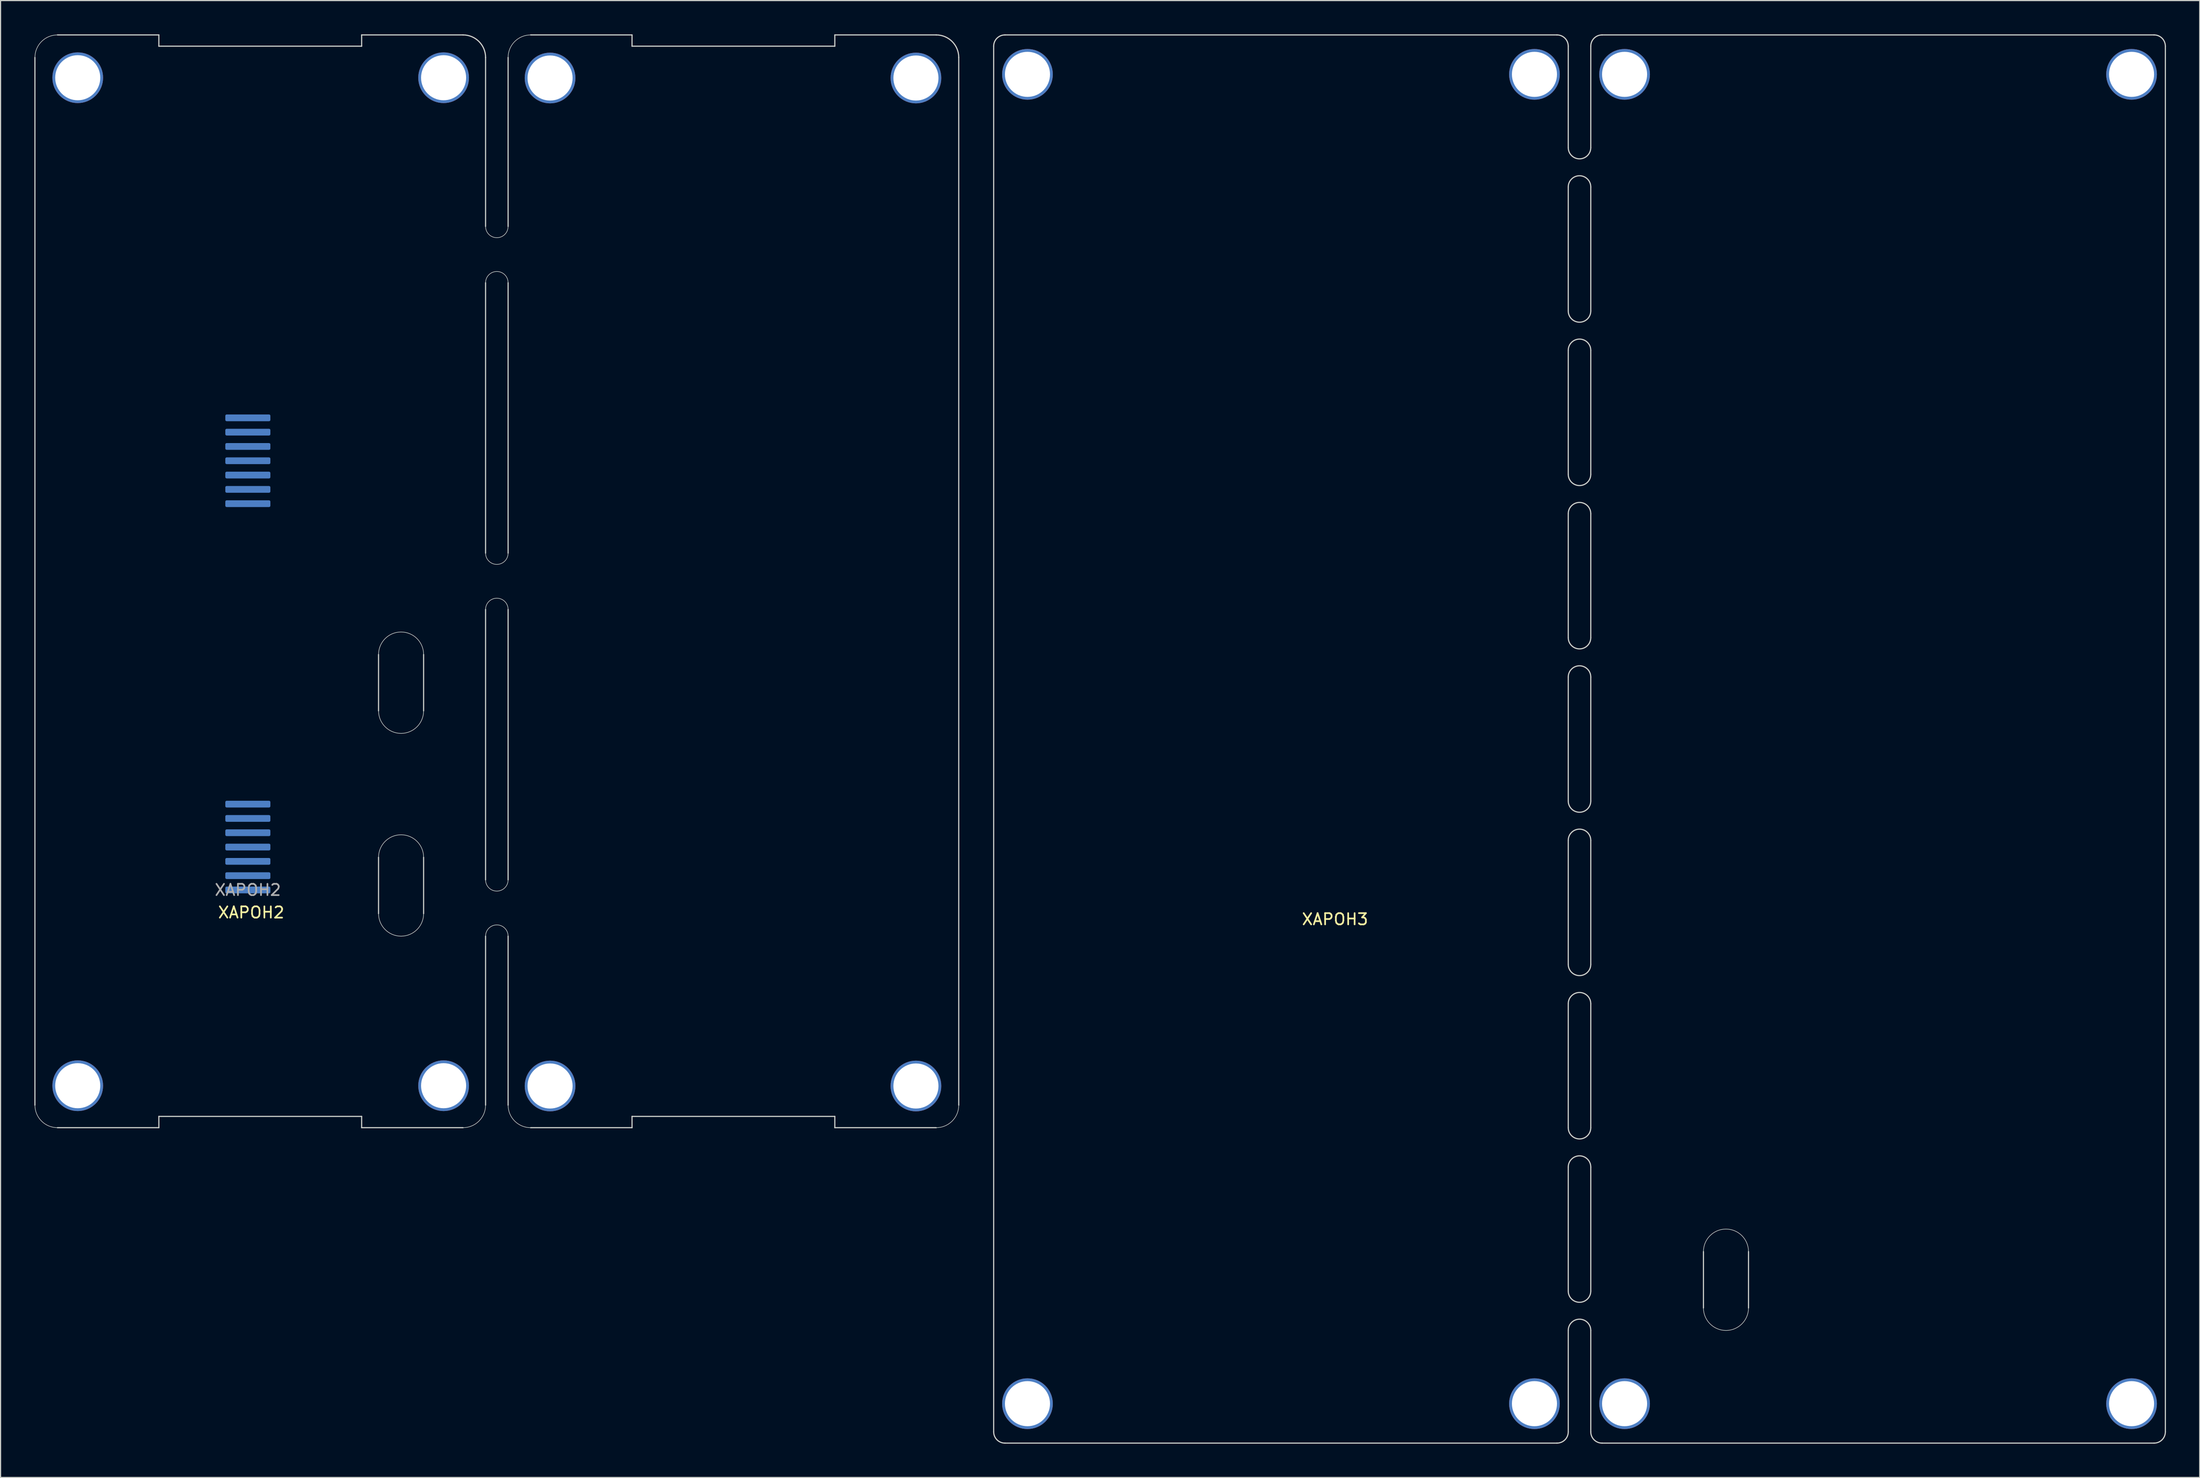
<source format=kicad_pcb>
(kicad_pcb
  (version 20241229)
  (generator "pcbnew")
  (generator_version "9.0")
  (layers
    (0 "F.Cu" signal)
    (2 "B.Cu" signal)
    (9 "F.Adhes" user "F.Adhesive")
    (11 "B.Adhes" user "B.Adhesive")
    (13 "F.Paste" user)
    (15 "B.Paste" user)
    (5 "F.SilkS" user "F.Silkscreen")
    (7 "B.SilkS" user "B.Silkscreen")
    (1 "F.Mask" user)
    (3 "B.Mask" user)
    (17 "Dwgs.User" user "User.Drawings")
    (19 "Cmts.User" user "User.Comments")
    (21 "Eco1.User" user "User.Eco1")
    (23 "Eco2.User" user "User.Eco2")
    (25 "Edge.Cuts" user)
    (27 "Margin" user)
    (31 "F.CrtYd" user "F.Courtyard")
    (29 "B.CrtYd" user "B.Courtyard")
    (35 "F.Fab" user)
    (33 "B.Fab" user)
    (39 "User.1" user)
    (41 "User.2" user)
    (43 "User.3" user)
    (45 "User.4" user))
  (footprint "XAPOH3"
    (layer "F.Cu")
    (at 137.15 62.55)
    (property "Reference" "XAPOH3" (at -21.7 16 0) (layer "F.SilkS") (effects (font (size 1 1) (thickness 0.15))))
    (attr smd)
    (fp_line (start -52 61.5) (end -52 -61.5) (stroke (width 0.1) (type solid)) (layer "Edge.Cuts"))
    (fp_line (start -2 -62.5) (end -51 -62.5) (stroke (width 0.1) (type solid)) (layer "Edge.Cuts"))
    (fp_line (start -2 62.5) (end -51 62.5) (stroke (width 0.1) (type solid)) (layer "Edge.Cuts"))
    (fp_line (start -1 -52.5) (end -1 -61.5) (stroke (width 0.1) (type solid)) (layer "Edge.Cuts"))
    (fp_line (start -1 -38) (end -1 -49) (stroke (width 0.1) (type solid)) (layer "Edge.Cuts"))
    (fp_line (start -1 -23.5) (end -1 -34.5) (stroke (width 0.1) (type solid)) (layer "Edge.Cuts"))
    (fp_line (start -1 -9) (end -1 -20) (stroke (width 0.1) (type solid)) (layer "Edge.Cuts"))
    (fp_line (start -1 5.5) (end -1 -5.5) (stroke (width 0.1) (type solid)) (layer "Edge.Cuts"))
    (fp_line (start -1 20) (end -1 9) (stroke (width 0.1) (type solid)) (layer "Edge.Cuts"))
    (fp_line (start -1 34.5) (end -1 23.5) (stroke (width 0.1) (type solid)) (layer "Edge.Cuts"))
    (fp_line (start -1 49) (end -1 38) (stroke (width 0.1) (type solid)) (layer "Edge.Cuts"))
    (fp_line (start -1 61.5) (end -1 52.5) (stroke (width 0.1) (type solid)) (layer "Edge.Cuts"))
    (fp_line (start 1 -52.5) (end 1 -61.5) (stroke (width 0.1) (type solid)) (layer "Edge.Cuts"))
    (fp_line (start 1 -38) (end 1 -49) (stroke (width 0.1) (type solid)) (layer "Edge.Cuts"))
    (fp_line (start 1 -23.5) (end 1 -34.5) (stroke (width 0.1) (type solid)) (layer "Edge.Cuts"))
    (fp_line (start 1 -9) (end 1 -20) (stroke (width 0.1) (type solid)) (layer "Edge.Cuts"))
    (fp_line (start 1 5.5) (end 1 -5.5) (stroke (width 0.1) (type solid)) (layer "Edge.Cuts"))
    (fp_line (start 1 20) (end 1 9) (stroke (width 0.1) (type solid)) (layer "Edge.Cuts"))
    (fp_line (start 1 34.5) (end 1 23.5) (stroke (width 0.1) (type solid)) (layer "Edge.Cuts"))
    (fp_line (start 1 49) (end 1 38) (stroke (width 0.1) (type solid)) (layer "Edge.Cuts"))
    (fp_line (start 1 61.5) (end 1 52.5) (stroke (width 0.1) (type solid)) (layer "Edge.Cuts"))
    (fp_line (start 11 45.5) (end 11 50.5) (stroke (width 0.1) (type solid)) (layer "Edge.Cuts"))
    (fp_line (start 15 50.5) (end 15 45.5) (stroke (width 0.1) (type solid)) (layer "Edge.Cuts"))
    (fp_line (start 51 -62.5) (end 2 -62.5) (stroke (width 0.1) (type solid)) (layer "Edge.Cuts"))
    (fp_line (start 51 62.5) (end 2 62.5) (stroke (width 0.1) (type solid)) (layer "Edge.Cuts"))
    (fp_line (start 52 61.5) (end 52 -61.5) (stroke (width 0.1) (type solid)) (layer "Edge.Cuts"))
    (fp_arc (start -52 -61.5) (mid -51.707107 -62.207107) (end -51 -62.5) (stroke (width 0.1) (type solid)) (layer "Edge.Cuts"))
    (fp_arc (start -51.000001 62.499999) (mid -51.707107 62.207106) (end -52 61.5) (stroke (width 0.1) (type solid)) (layer "Edge.Cuts"))
    (fp_arc (start -2 -62.5) (mid -1.292893 -62.207107) (end -1 -61.5) (stroke (width 0.1) (type solid)) (layer "Edge.Cuts"))
    (fp_arc (start -1 -49) (mid 0 -50) (end 1 -49) (stroke (width 0.1) (type solid)) (layer "Edge.Cuts"))
    (fp_arc (start -1 -34.5) (mid 0 -35.5) (end 1 -34.5) (stroke (width 0.1) (type solid)) (layer "Edge.Cuts"))
    (fp_arc (start -1 -20) (mid 0 -21) (end 1 -20) (stroke (width 0.1) (type solid)) (layer "Edge.Cuts"))
    (fp_arc (start -1 -5.5) (mid 0 -6.5) (end 1 -5.5) (stroke (width 0.1) (type solid)) (layer "Edge.Cuts"))
    (fp_arc (start -1 9) (mid 0 8) (end 1 9) (stroke (width 0.1) (type solid)) (layer "Edge.Cuts"))
    (fp_arc (start -1 23.5) (mid 0 22.5) (end 1 23.5) (stroke (width 0.1) (type solid)) (layer "Edge.Cuts"))
    (fp_arc (start -1 38) (mid 0 37) (end 1 38) (stroke (width 0.1) (type solid)) (layer "Edge.Cuts"))
    (fp_arc (start -1 52.5) (mid 0 51.5) (end 1 52.5) (stroke (width 0.1) (type solid)) (layer "Edge.Cuts"))
    (fp_arc (start -1 61.5) (mid -1.292893 62.207106) (end -2 62.499999) (stroke (width 0.1) (type solid)) (layer "Edge.Cuts"))
    (fp_arc (start 1 -61.5) (mid 1.292893 -62.207107) (end 2 -62.5) (stroke (width 0.1) (type solid)) (layer "Edge.Cuts"))
    (fp_arc (start 1 -52.5) (mid 0 -51.5) (end -1 -52.5) (stroke (width 0.1) (type solid)) (layer "Edge.Cuts"))
    (fp_arc (start 1 -38) (mid 0 -37) (end -1 -38) (stroke (width 0.1) (type solid)) (layer "Edge.Cuts"))
    (fp_arc (start 1 -23.5) (mid 0 -22.5) (end -1 -23.5) (stroke (width 0.1) (type solid)) (layer "Edge.Cuts"))
    (fp_arc (start 1 -9) (mid 0 -8) (end -1 -9) (stroke (width 0.1) (type solid)) (layer "Edge.Cuts"))
    (fp_arc (start 1 5.5) (mid 0 6.5) (end -1 5.5) (stroke (width 0.1) (type solid)) (layer "Edge.Cuts"))
    (fp_arc (start 1 20) (mid 0 21) (end -1 20) (stroke (width 0.1) (type solid)) (layer "Edge.Cuts"))
    (fp_arc (start 1 34.5) (mid 0 35.5) (end -1 34.5) (stroke (width 0.1) (type solid)) (layer "Edge.Cuts"))
    (fp_arc (start 1 49) (mid 0 50) (end -1 49) (stroke (width 0.1) (type solid)) (layer "Edge.Cuts"))
    (fp_arc (start 2 62.5) (mid 1.292893 62.207107) (end 1 61.5) (stroke (width 0.1) (type solid)) (layer "Edge.Cuts"))
    (fp_arc (start 11 45.5) (mid 13 43.5) (end 15 45.5) (stroke (width 0.05) (type default)) (layer "Edge.Cuts"))
    (fp_arc (start 15 50.5) (mid 13 52.5) (end 11 50.5) (stroke (width 0.05) (type default)) (layer "Edge.Cuts"))
    (fp_arc (start 51 -62.5) (mid 51.707107 -62.207107) (end 52 -61.5) (stroke (width 0.1) (type solid)) (layer "Edge.Cuts"))
    (fp_arc (start 52 61.5) (mid 51.707107 62.207107) (end 51 62.5) (stroke (width 0.1) (type solid)) (layer "Edge.Cuts"))
    (pad "GND" thru_hole circle (at -49 -59) (size 4.5 4.5) (drill 4) (layers "*.Cu" "*.Mask"))
    (pad "GND" thru_hole circle (at -49 59) (size 4.5 4.5) (drill 4) (layers "*.Cu" "*.Mask"))
    (pad "GND" thru_hole circle (at -4 -59) (size 4.5 4.5) (drill 4) (layers "*.Cu" "*.Mask"))
    (pad "GND" thru_hole circle (at -4 59) (size 4.5 4.5) (drill 4) (layers "*.Cu" "*.Mask"))
    (pad "GND" thru_hole circle (at 4 -59) (size 4.5 4.5) (drill 4) (layers "*.Cu" "*.Mask"))
    (pad "GND" thru_hole circle (at 4 59) (size 4.5 4.5) (drill 4) (layers "*.Cu" "*.Mask"))
    (pad "GND" thru_hole circle (at 49 -59) (size 4.5 4.5) (drill 4) (layers "*.Cu" "*.Mask"))
    (pad "GND" thru_hole circle (at 49 59) (size 4.5 4.5) (drill 4) (layers "*.Cu" "*.Mask")))
  (footprint "XAPOH2"
    (layer "F.Cu")
    (at 18.95 75.95)
    (property "Reference" "XAPOH2" (at 0.3 2 0) (layer "F.SilkS") (effects (font (size 1 1) (thickness 0.15))))
    (attr smd)
    (fp_line (start -18.9 -73.9) (end -18.9 19.1) (stroke (width 0.1) (type solid)) (layer "Edge.Cuts"))
    (fp_line (start -16.9 21.1) (end -7.9 21.1) (stroke (width 0.1) (type solid)) (layer "Edge.Cuts"))
    (fp_line (start -7.9 -75.9) (end -16.9 -75.9) (stroke (width 0.1) (type solid)) (layer "Edge.Cuts"))
    (fp_line (start -7.9 -74.9) (end -7.9 -75.9) (stroke (width 0.1) (type solid)) (layer "Edge.Cuts"))
    (fp_line (start -7.9 20.1) (end 10.1 20.1) (stroke (width 0.1) (type solid)) (layer "Edge.Cuts"))
    (fp_line (start -7.9 21.1) (end -7.9 20.1) (stroke (width 0.1) (type solid)) (layer "Edge.Cuts"))
    (fp_line (start 10.1 -75.9) (end 10.1 -74.9) (stroke (width 0.1) (type solid)) (layer "Edge.Cuts"))
    (fp_line (start 10.1 -74.9) (end -7.9 -74.9) (stroke (width 0.1) (type solid)) (layer "Edge.Cuts"))
    (fp_line (start 10.1 20.1) (end 10.1 21.1) (stroke (width 0.1) (type solid)) (layer "Edge.Cuts"))
    (fp_line (start 10.1 21.1) (end 19.1 21.1) (stroke (width 0.1) (type solid)) (layer "Edge.Cuts"))
    (fp_line (start 11.6 -15.9) (end 11.6 -20.9) (stroke (width 0.1) (type solid)) (layer "Edge.Cuts"))
    (fp_line (start 11.6 2.1) (end 11.6 -2.9) (stroke (width 0.1) (type solid)) (layer "Edge.Cuts"))
    (fp_line (start 15.6 -20.9) (end 15.6 -15.9) (stroke (width 0.1) (type solid)) (layer "Edge.Cuts"))
    (fp_line (start 15.6 -2.9) (end 15.6 2.1) (stroke (width 0.1) (type solid)) (layer "Edge.Cuts"))
    (fp_line (start 19.1 -75.9) (end 10.1 -75.9) (stroke (width 0.1) (type solid)) (layer "Edge.Cuts"))
    (fp_line (start 21.1 -58.9) (end 21.1 -73.9) (stroke (width 0.1) (type solid)) (layer "Edge.Cuts"))
    (fp_line (start 21.1 -29.9) (end 21.1 -53.9) (stroke (width 0.1) (type solid)) (layer "Edge.Cuts"))
    (fp_line (start 21.1 -0.9) (end 21.1 -24.9) (stroke (width 0.1) (type solid)) (layer "Edge.Cuts"))
    (fp_line (start 21.1 19.1) (end 21.1 4.1) (stroke (width 0.1) (type solid)) (layer "Edge.Cuts"))
    (fp_line (start 23.1 -58.9) (end 23.1 -73.9) (stroke (width 0.1) (type solid)) (layer "Edge.Cuts"))
    (fp_line (start 23.1 -29.9) (end 23.1 -53.9) (stroke (width 0.1) (type solid)) (layer "Edge.Cuts"))
    (fp_line (start 23.1 -0.9) (end 23.1 -24.9) (stroke (width 0.1) (type solid)) (layer "Edge.Cuts"))
    (fp_line (start 23.1 19.1) (end 23.1 4.1) (stroke (width 0.1) (type solid)) (layer "Edge.Cuts"))
    (fp_line (start 25.1 21.1) (end 34.1 21.1) (stroke (width 0.1) (type solid)) (layer "Edge.Cuts"))
    (fp_line (start 34.1 -75.9) (end 25.1 -75.9) (stroke (width 0.1) (type solid)) (layer "Edge.Cuts"))
    (fp_line (start 34.1 -74.9) (end 34.1 -75.9) (stroke (width 0.1) (type solid)) (layer "Edge.Cuts"))
    (fp_line (start 34.1 20.1) (end 52.1 20.1) (stroke (width 0.1) (type solid)) (layer "Edge.Cuts"))
    (fp_line (start 34.1 21.1) (end 34.1 20.1) (stroke (width 0.1) (type solid)) (layer "Edge.Cuts"))
    (fp_line (start 52.1 -75.9) (end 52.1 -74.9) (stroke (width 0.1) (type solid)) (layer "Edge.Cuts"))
    (fp_line (start 52.1 -74.9) (end 34.1 -74.9) (stroke (width 0.1) (type solid)) (layer "Edge.Cuts"))
    (fp_line (start 52.1 20.1) (end 52.1 21.1) (stroke (width 0.1) (type solid)) (layer "Edge.Cuts"))
    (fp_line (start 52.1 21.1) (end 61.1 21.1) (stroke (width 0.1) (type solid)) (layer "Edge.Cuts"))
    (fp_line (start 61.1 -75.9) (end 52.1 -75.9) (stroke (width 0.1) (type solid)) (layer "Edge.Cuts"))
    (fp_line (start 63.1 19.1) (end 63.1 -73.9) (stroke (width 0.1) (type solid)) (layer "Edge.Cuts"))
    (fp_arc (start -18.9 -73.9) (mid -18.314214 -75.314214) (end -16.9 -75.9) (stroke (width 0.05) (type default)) (layer "Edge.Cuts"))
    (fp_arc (start -16.9 21.1) (mid -18.314214 20.514214) (end -18.9 19.1) (stroke (width 0.05) (type default)) (layer "Edge.Cuts"))
    (fp_arc (start 11.6 -20.9) (mid 13.6 -22.9) (end 15.6 -20.9) (stroke (width 0.05) (type default)) (layer "Edge.Cuts"))
    (fp_arc (start 11.6 -2.9) (mid 13.6 -4.9) (end 15.6 -2.9) (stroke (width 0.05) (type default)) (layer "Edge.Cuts"))
    (fp_arc (start 15.6 -15.9) (mid 13.6 -13.9) (end 11.6 -15.9) (stroke (width 0.05) (type default)) (layer "Edge.Cuts"))
    (fp_arc (start 15.6 2.1) (mid 13.6 4.1) (end 11.6 2.1) (stroke (width 0.05) (type default)) (layer "Edge.Cuts"))
    (fp_arc (start 19.1 -75.9) (mid 20.514214 -75.314214) (end 21.1 -73.9) (stroke (width 0.1) (type default)) (layer "Edge.Cuts"))
    (fp_arc (start 21.1 -53.9) (mid 22.1 -54.9) (end 23.1 -53.9) (stroke (width 0.05) (type default)) (layer "Edge.Cuts"))
    (fp_arc (start 21.1 -24.9) (mid 22.1 -25.9) (end 23.1 -24.9) (stroke (width 0.05) (type default)) (layer "Edge.Cuts"))
    (fp_arc (start 21.1 4.1) (mid 22.1 3.1) (end 23.1 4.1) (stroke (width 0.05) (type default)) (layer "Edge.Cuts"))
    (fp_arc (start 21.1 19.1) (mid 20.514214 20.514214) (end 19.1 21.1) (stroke (width 0.05) (type default)) (layer "Edge.Cuts"))
    (fp_arc (start 23.1 -73.9) (mid 23.685786 -75.314214) (end 25.1 -75.9) (stroke (width 0.05) (type default)) (layer "Edge.Cuts"))
    (fp_arc (start 23.1 -58.9) (mid 22.1 -57.9) (end 21.1 -58.9) (stroke (width 0.05) (type default)) (layer "Edge.Cuts"))
    (fp_arc (start 23.1 -29.9) (mid 22.1 -28.9) (end 21.1 -29.9) (stroke (width 0.05) (type default)) (layer "Edge.Cuts"))
    (fp_arc (start 23.1 -0.9) (mid 22.1 0.1) (end 21.1 -0.9) (stroke (width 0.05) (type default)) (layer "Edge.Cuts"))
    (fp_arc (start 25.1 21.1) (mid 23.685786 20.514214) (end 23.1 19.1) (stroke (width 0.05) (type default)) (layer "Edge.Cuts"))
    (fp_arc (start 61.1 -75.9) (mid 62.514214 -75.314214) (end 63.1 -73.9) (stroke (width 0.1) (type default)) (layer "Edge.Cuts"))
    (fp_arc (start 63.1 19.1) (mid 62.514214 20.514214) (end 61.1 21.1) (stroke (width 0.05) (type default)) (layer "Edge.Cuts"))
    (fp_text user "${REFERENCE}" (at 0 0 0) (layer "F.Fab") (effects (font (size 1 1) (thickness 0.15))))
    (pad "1" smd roundrect (at 0 0) (size 4 0.6) (layers "B.Cu" "B.Mask" "B.Paste") (roundrect_rratio 0.2))
    (pad "2" smd roundrect (at 0 -1.27) (size 4 0.6) (layers "B.Cu" "B.Mask" "B.Paste") (roundrect_rratio 0.2))
    (pad "3" smd roundrect (at 0 -2.54) (size 4 0.6) (layers "B.Cu" "B.Mask" "B.Paste") (roundrect_rratio 0.2))
    (pad "4" smd roundrect (at 0 -3.81) (size 4 0.6) (layers "B.Cu" "B.Mask" "B.Paste") (roundrect_rratio 0.2))
    (pad "5" smd roundrect (at 0 -5.08) (size 4 0.6) (layers "B.Cu" "B.Mask" "B.Paste") (roundrect_rratio 0.2))
    (pad "6" smd roundrect (at 0 -6.35) (size 4 0.6) (layers "B.Cu" "B.Mask" "B.Paste") (roundrect_rratio 0.2))
    (pad "7" smd roundrect (at 0 -7.62) (size 4 0.6) (layers "B.Cu" "B.Mask" "B.Paste") (roundrect_rratio 0.2))
    (pad "GND" thru_hole circle (at -15.1 -72.1) (size 4.5 4.5) (drill 4) (layers "*.Cu" "*.Mask"))
    (pad "GND" thru_hole circle (at -15.1 17.375) (size 4.5 4.5) (drill 4) (layers "*.Cu" "*.Mask"))
    (pad "GND" smd roundrect (at 0 -41.91) (size 4 0.6) (layers "B.Cu" "B.Mask" "B.Paste") (roundrect_rratio 0.2))
    (pad "GND" smd roundrect (at 0 -40.64) (size 4 0.6) (layers "B.Cu" "B.Mask" "B.Paste") (roundrect_rratio 0.2))
    (pad "GND" smd roundrect (at 0 -39.37) (size 4 0.6) (layers "B.Cu" "B.Mask" "B.Paste") (roundrect_rratio 0.2))
    (pad "GND" smd roundrect (at 0 -38.1) (size 4 0.6) (layers "B.Cu" "B.Mask" "B.Paste") (roundrect_rratio 0.2))
    (pad "GND" smd roundrect (at 0 -36.83) (size 4 0.6) (layers "B.Cu" "B.Mask" "B.Paste") (roundrect_rratio 0.2))
    (pad "GND" smd roundrect (at 0 -35.56) (size 4 0.6) (layers "B.Cu" "B.Mask" "B.Paste") (roundrect_rratio 0.2))
    (pad "GND" smd roundrect (at 0 -34.29) (size 4 0.6) (layers "B.Cu" "B.Mask" "B.Paste") (roundrect_rratio 0.2))
    (pad "GND" thru_hole circle (at 17.375 -72.1) (size 4.5 4.5) (drill 4) (layers "*.Cu" "*.Mask"))
    (pad "GND" thru_hole circle (at 17.375 17.375) (size 4.5 4.5) (drill 4) (layers "*.Cu" "*.Mask"))
    (pad "GND" thru_hole circle (at 26.825 -72.075) (size 4.5 4.5) (drill 4) (layers "*.Cu" "*.Mask"))
    (pad "GND" thru_hole circle (at 26.825 17.4) (size 4.5 4.5) (drill 4) (layers "*.Cu" "*.Mask"))
    (pad "GND" thru_hole circle (at 59.3 -72.075) (size 4.5 4.5) (drill 4) (layers "*.Cu" "*.Mask"))
    (pad "GND" thru_hole circle (at 59.3 17.4) (size 4.5 4.5) (drill 4) (layers "*.Cu" "*.Mask")))
  (gr_rect
    (start -3 -3)
    (end 192.2 128.1)
    (stroke (width 0.1) (type default))
    (fill no)
    (layer "Edge.Cuts")))
</source>
